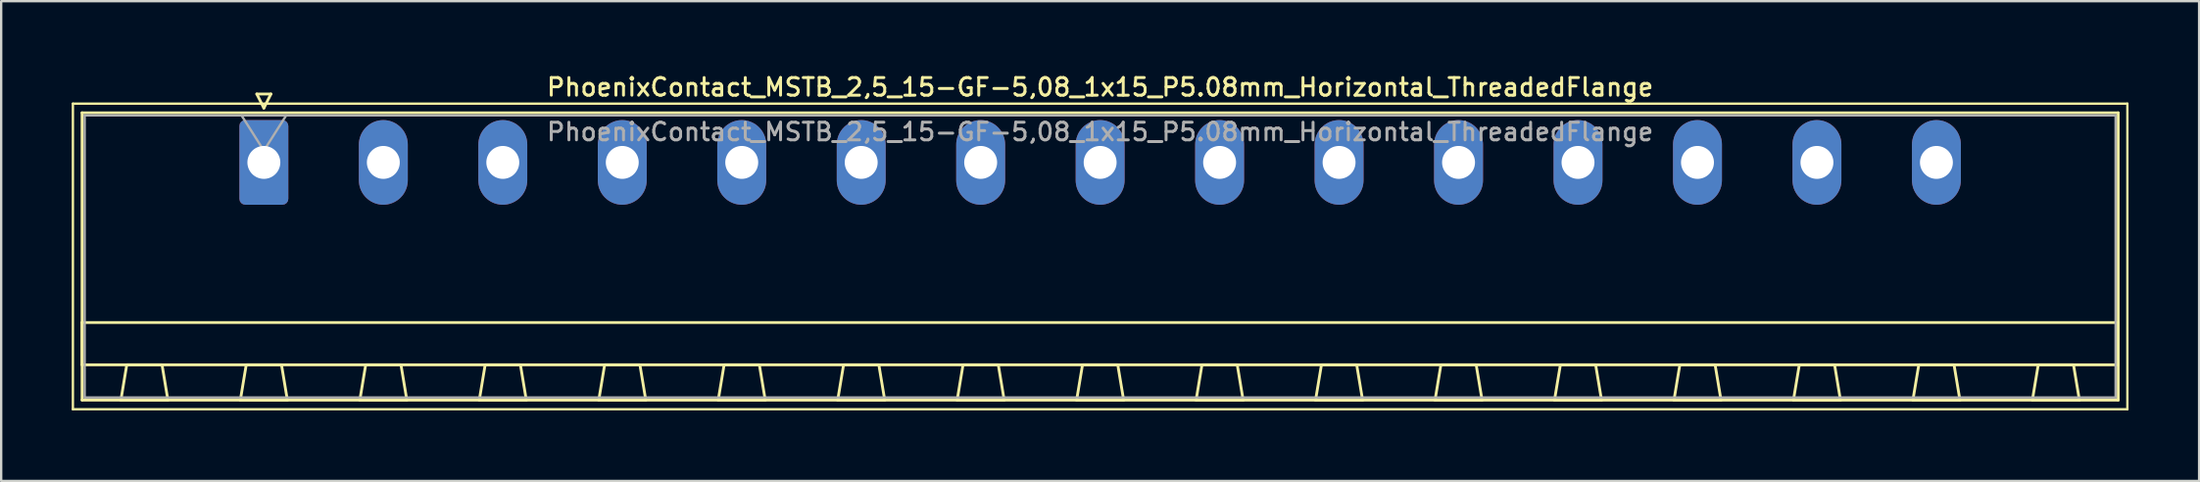
<source format=kicad_pcb>
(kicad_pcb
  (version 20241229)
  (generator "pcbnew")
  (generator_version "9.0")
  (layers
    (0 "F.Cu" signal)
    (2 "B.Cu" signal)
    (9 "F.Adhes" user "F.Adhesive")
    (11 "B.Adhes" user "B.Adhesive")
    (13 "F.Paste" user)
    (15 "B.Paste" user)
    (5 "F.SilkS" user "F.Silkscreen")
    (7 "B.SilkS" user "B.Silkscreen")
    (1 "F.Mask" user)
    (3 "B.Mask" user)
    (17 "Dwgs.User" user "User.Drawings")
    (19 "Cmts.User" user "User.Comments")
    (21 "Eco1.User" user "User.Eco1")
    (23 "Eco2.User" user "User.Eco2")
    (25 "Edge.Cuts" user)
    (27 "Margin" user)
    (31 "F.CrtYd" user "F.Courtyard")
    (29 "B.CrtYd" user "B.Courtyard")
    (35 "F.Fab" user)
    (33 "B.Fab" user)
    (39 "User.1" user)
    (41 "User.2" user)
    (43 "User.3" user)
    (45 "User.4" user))
  (footprint "PhoenixContact_MSTB_2,5_15-GF-5,08_1x15_P5.08mm_Horizontal_ThreadedFlange"
    (layer "F.Cu")
    (at 8.17 3.858)
    (property "Reference" "PhoenixContact_MSTB_2,5_15-GF-5,08_1x15_P5.08mm_Horizontal_ThreadedFlange" (at 35.56 -3.2 0) (layer "F.SilkS") (effects (font (size 0.75 0.75) (thickness 0.125))))
    (attr through_hole)
    (fp_line (start -8.12 -2.5) (end -8.12 10.5) (stroke (width 0.1) (type solid)) (layer "F.SilkS"))
    (fp_line (start -8.12 10.5) (end 79.24 10.5) (stroke (width 0.1) (type solid)) (layer "F.SilkS"))
    (fp_line (start -7.73 -2.11) (end -7.73 10.11) (stroke (width 0.12) (type solid)) (layer "F.SilkS"))
    (fp_line (start -7.73 6.81) (end 78.85 6.81) (stroke (width 0.12) (type solid)) (layer "F.SilkS"))
    (fp_line (start -7.73 8.61) (end -7.73 6.81) (stroke (width 0.12) (type solid)) (layer "F.SilkS"))
    (fp_line (start -7.73 10.11) (end 78.85 10.11) (stroke (width 0.12) (type solid)) (layer "F.SilkS"))
    (fp_line (start -6.08 10.11) (end -4.08 10.11) (stroke (width 0.12) (type solid)) (layer "F.SilkS"))
    (fp_line (start -5.83 8.61) (end -6.08 10.11) (stroke (width 0.12) (type solid)) (layer "F.SilkS"))
    (fp_line (start -4.33 8.61) (end -5.83 8.61) (stroke (width 0.12) (type solid)) (layer "F.SilkS"))
    (fp_line (start -4.08 10.11) (end -4.33 8.61) (stroke (width 0.12) (type solid)) (layer "F.SilkS"))
    (fp_line (start -1 10.11) (end 1 10.11) (stroke (width 0.12) (type solid)) (layer "F.SilkS"))
    (fp_line (start -0.75 8.61) (end -1 10.11) (stroke (width 0.12) (type solid)) (layer "F.SilkS"))
    (fp_line (start -0.3 -2.91) (end 0.3 -2.91) (stroke (width 0.12) (type solid)) (layer "F.SilkS"))
    (fp_line (start 0 -2.31) (end -0.3 -2.91) (stroke (width 0.12) (type solid)) (layer "F.SilkS"))
    (fp_line (start 0.3 -2.91) (end 0 -2.31) (stroke (width 0.12) (type solid)) (layer "F.SilkS"))
    (fp_line (start 0.75 8.61) (end -0.75 8.61) (stroke (width 0.12) (type solid)) (layer "F.SilkS"))
    (fp_line (start 1 10.11) (end 0.75 8.61) (stroke (width 0.12) (type solid)) (layer "F.SilkS"))
    (fp_line (start 4.08 10.11) (end 6.08 10.11) (stroke (width 0.12) (type solid)) (layer "F.SilkS"))
    (fp_line (start 4.33 8.61) (end 4.08 10.11) (stroke (width 0.12) (type solid)) (layer "F.SilkS"))
    (fp_line (start 5.83 8.61) (end 4.33 8.61) (stroke (width 0.12) (type solid)) (layer "F.SilkS"))
    (fp_line (start 6.08 10.11) (end 5.83 8.61) (stroke (width 0.12) (type solid)) (layer "F.SilkS"))
    (fp_line (start 9.16 10.11) (end 11.16 10.11) (stroke (width 0.12) (type solid)) (layer "F.SilkS"))
    (fp_line (start 9.41 8.61) (end 9.16 10.11) (stroke (width 0.12) (type solid)) (layer "F.SilkS"))
    (fp_line (start 10.91 8.61) (end 9.41 8.61) (stroke (width 0.12) (type solid)) (layer "F.SilkS"))
    (fp_line (start 11.16 10.11) (end 10.91 8.61) (stroke (width 0.12) (type solid)) (layer "F.SilkS"))
    (fp_line (start 14.24 10.11) (end 16.24 10.11) (stroke (width 0.12) (type solid)) (layer "F.SilkS"))
    (fp_line (start 14.49 8.61) (end 14.24 10.11) (stroke (width 0.12) (type solid)) (layer "F.SilkS"))
    (fp_line (start 15.99 8.61) (end 14.49 8.61) (stroke (width 0.12) (type solid)) (layer "F.SilkS"))
    (fp_line (start 16.24 10.11) (end 15.99 8.61) (stroke (width 0.12) (type solid)) (layer "F.SilkS"))
    (fp_line (start 19.32 10.11) (end 21.32 10.11) (stroke (width 0.12) (type solid)) (layer "F.SilkS"))
    (fp_line (start 19.57 8.61) (end 19.32 10.11) (stroke (width 0.12) (type solid)) (layer "F.SilkS"))
    (fp_line (start 21.07 8.61) (end 19.57 8.61) (stroke (width 0.12) (type solid)) (layer "F.SilkS"))
    (fp_line (start 21.32 10.11) (end 21.07 8.61) (stroke (width 0.12) (type solid)) (layer "F.SilkS"))
    (fp_line (start 24.4 10.11) (end 26.4 10.11) (stroke (width 0.12) (type solid)) (layer "F.SilkS"))
    (fp_line (start 24.65 8.61) (end 24.4 10.11) (stroke (width 0.12) (type solid)) (layer "F.SilkS"))
    (fp_line (start 26.15 8.61) (end 24.65 8.61) (stroke (width 0.12) (type solid)) (layer "F.SilkS"))
    (fp_line (start 26.4 10.11) (end 26.15 8.61) (stroke (width 0.12) (type solid)) (layer "F.SilkS"))
    (fp_line (start 29.48 10.11) (end 31.48 10.11) (stroke (width 0.12) (type solid)) (layer "F.SilkS"))
    (fp_line (start 29.73 8.61) (end 29.48 10.11) (stroke (width 0.12) (type solid)) (layer "F.SilkS"))
    (fp_line (start 31.23 8.61) (end 29.73 8.61) (stroke (width 0.12) (type solid)) (layer "F.SilkS"))
    (fp_line (start 31.48 10.11) (end 31.23 8.61) (stroke (width 0.12) (type solid)) (layer "F.SilkS"))
    (fp_line (start 34.56 10.11) (end 36.56 10.11) (stroke (width 0.12) (type solid)) (layer "F.SilkS"))
    (fp_line (start 34.81 8.61) (end 34.56 10.11) (stroke (width 0.12) (type solid)) (layer "F.SilkS"))
    (fp_line (start 36.31 8.61) (end 34.81 8.61) (stroke (width 0.12) (type solid)) (layer "F.SilkS"))
    (fp_line (start 36.56 10.11) (end 36.31 8.61) (stroke (width 0.12) (type solid)) (layer "F.SilkS"))
    (fp_line (start 39.64 10.11) (end 41.64 10.11) (stroke (width 0.12) (type solid)) (layer "F.SilkS"))
    (fp_line (start 39.89 8.61) (end 39.64 10.11) (stroke (width 0.12) (type solid)) (layer "F.SilkS"))
    (fp_line (start 41.39 8.61) (end 39.89 8.61) (stroke (width 0.12) (type solid)) (layer "F.SilkS"))
    (fp_line (start 41.64 10.11) (end 41.39 8.61) (stroke (width 0.12) (type solid)) (layer "F.SilkS"))
    (fp_line (start 44.72 10.11) (end 46.72 10.11) (stroke (width 0.12) (type solid)) (layer "F.SilkS"))
    (fp_line (start 44.97 8.61) (end 44.72 10.11) (stroke (width 0.12) (type solid)) (layer "F.SilkS"))
    (fp_line (start 46.47 8.61) (end 44.97 8.61) (stroke (width 0.12) (type solid)) (layer "F.SilkS"))
    (fp_line (start 46.72 10.11) (end 46.47 8.61) (stroke (width 0.12) (type solid)) (layer "F.SilkS"))
    (fp_line (start 49.8 10.11) (end 51.8 10.11) (stroke (width 0.12) (type solid)) (layer "F.SilkS"))
    (fp_line (start 50.05 8.61) (end 49.8 10.11) (stroke (width 0.12) (type solid)) (layer "F.SilkS"))
    (fp_line (start 51.55 8.61) (end 50.05 8.61) (stroke (width 0.12) (type solid)) (layer "F.SilkS"))
    (fp_line (start 51.8 10.11) (end 51.55 8.61) (stroke (width 0.12) (type solid)) (layer "F.SilkS"))
    (fp_line (start 54.88 10.11) (end 56.88 10.11) (stroke (width 0.12) (type solid)) (layer "F.SilkS"))
    (fp_line (start 55.13 8.61) (end 54.88 10.11) (stroke (width 0.12) (type solid)) (layer "F.SilkS"))
    (fp_line (start 56.63 8.61) (end 55.13 8.61) (stroke (width 0.12) (type solid)) (layer "F.SilkS"))
    (fp_line (start 56.88 10.11) (end 56.63 8.61) (stroke (width 0.12) (type solid)) (layer "F.SilkS"))
    (fp_line (start 59.96 10.11) (end 61.96 10.11) (stroke (width 0.12) (type solid)) (layer "F.SilkS"))
    (fp_line (start 60.21 8.61) (end 59.96 10.11) (stroke (width 0.12) (type solid)) (layer "F.SilkS"))
    (fp_line (start 61.71 8.61) (end 60.21 8.61) (stroke (width 0.12) (type solid)) (layer "F.SilkS"))
    (fp_line (start 61.96 10.11) (end 61.71 8.61) (stroke (width 0.12) (type solid)) (layer "F.SilkS"))
    (fp_line (start 65.04 10.11) (end 67.04 10.11) (stroke (width 0.12) (type solid)) (layer "F.SilkS"))
    (fp_line (start 65.29 8.61) (end 65.04 10.11) (stroke (width 0.12) (type solid)) (layer "F.SilkS"))
    (fp_line (start 66.79 8.61) (end 65.29 8.61) (stroke (width 0.12) (type solid)) (layer "F.SilkS"))
    (fp_line (start 67.04 10.11) (end 66.79 8.61) (stroke (width 0.12) (type solid)) (layer "F.SilkS"))
    (fp_line (start 70.12 10.11) (end 72.12 10.11) (stroke (width 0.12) (type solid)) (layer "F.SilkS"))
    (fp_line (start 70.37 8.61) (end 70.12 10.11) (stroke (width 0.12) (type solid)) (layer "F.SilkS"))
    (fp_line (start 71.87 8.61) (end 70.37 8.61) (stroke (width 0.12) (type solid)) (layer "F.SilkS"))
    (fp_line (start 72.12 10.11) (end 71.87 8.61) (stroke (width 0.12) (type solid)) (layer "F.SilkS"))
    (fp_line (start 75.2 10.11) (end 77.2 10.11) (stroke (width 0.12) (type solid)) (layer "F.SilkS"))
    (fp_line (start 75.45 8.61) (end 75.2 10.11) (stroke (width 0.12) (type solid)) (layer "F.SilkS"))
    (fp_line (start 76.95 8.61) (end 75.45 8.61) (stroke (width 0.12) (type solid)) (layer "F.SilkS"))
    (fp_line (start 77.2 10.11) (end 76.95 8.61) (stroke (width 0.12) (type solid)) (layer "F.SilkS"))
    (fp_line (start 78.85 -2.11) (end -7.73 -2.11) (stroke (width 0.12) (type solid)) (layer "F.SilkS"))
    (fp_line (start 78.85 6.81) (end 78.85 8.61) (stroke (width 0.12) (type solid)) (layer "F.SilkS"))
    (fp_line (start 78.85 8.61) (end -7.73 8.61) (stroke (width 0.12) (type solid)) (layer "F.SilkS"))
    (fp_line (start 78.85 10.11) (end 78.85 -2.11) (stroke (width 0.12) (type solid)) (layer "F.SilkS"))
    (fp_line (start 79.24 -2.5) (end -8.12 -2.5) (stroke (width 0.1) (type solid)) (layer "F.SilkS"))
    (fp_line (start 79.24 10.5) (end 79.24 -2.5) (stroke (width 0.1) (type solid)) (layer "F.SilkS"))
    (fp_line (start -7.62 -2) (end -7.62 10) (stroke (width 0.1) (type solid)) (layer "F.Fab"))
    (fp_line (start -7.62 10) (end 78.74 10) (stroke (width 0.1) (type solid)) (layer "F.Fab"))
    (fp_line (start 0 -0.5) (end -0.95 -2) (stroke (width 0.1) (type solid)) (layer "F.Fab"))
    (fp_line (start 0.95 -2) (end 0 -0.5) (stroke (width 0.1) (type solid)) (layer "F.Fab"))
    (fp_line (start 78.74 -2) (end -7.62 -2) (stroke (width 0.1) (type solid)) (layer "F.Fab"))
    (fp_line (start 78.74 10) (end 78.74 -2) (stroke (width 0.1) (type solid)) (layer "F.Fab"))
    (fp_text user "${REFERENCE}" (at 35.56 -1.3 0) (layer "F.Fab") (effects (font (size 0.75 0.75) (thickness 0.125))))
    (pad "1" thru_hole roundrect (at 0 0) (size 2.08 3.6) (drill 1.4) (layers "*.Cu" "*.Mask") (roundrect_rratio 0.12))
    (pad "2" thru_hole oval (at 5.08 0) (size 2.08 3.6) (drill 1.4) (layers "*.Cu" "*.Mask"))
    (pad "3" thru_hole oval (at 10.16 0) (size 2.08 3.6) (drill 1.4) (layers "*.Cu" "*.Mask"))
    (pad "4" thru_hole oval (at 15.24 0) (size 2.08 3.6) (drill 1.4) (layers "*.Cu" "*.Mask"))
    (pad "5" thru_hole oval (at 20.32 0) (size 2.08 3.6) (drill 1.4) (layers "*.Cu" "*.Mask"))
    (pad "6" thru_hole oval (at 25.4 0) (size 2.08 3.6) (drill 1.4) (layers "*.Cu" "*.Mask"))
    (pad "7" thru_hole oval (at 30.48 0) (size 2.08 3.6) (drill 1.4) (layers "*.Cu" "*.Mask"))
    (pad "8" thru_hole oval (at 35.56 0) (size 2.08 3.6) (drill 1.4) (layers "*.Cu" "*.Mask"))
    (pad "9" thru_hole oval (at 40.64 0) (size 2.08 3.6) (drill 1.4) (layers "*.Cu" "*.Mask"))
    (pad "10" thru_hole oval (at 45.72 0) (size 2.08 3.6) (drill 1.4) (layers "*.Cu" "*.Mask"))
    (pad "11" thru_hole oval (at 50.8 0) (size 2.08 3.6) (drill 1.4) (layers "*.Cu" "*.Mask"))
    (pad "12" thru_hole oval (at 55.88 0) (size 2.08 3.6) (drill 1.4) (layers "*.Cu" "*.Mask"))
    (pad "13" thru_hole oval (at 60.96 0) (size 2.08 3.6) (drill 1.4) (layers "*.Cu" "*.Mask"))
    (pad "14" thru_hole oval (at 66.04 0) (size 2.08 3.6) (drill 1.4) (layers "*.Cu" "*.Mask"))
    (pad "15" thru_hole oval (at 71.12 0) (size 2.08 3.6) (drill 1.4) (layers "*.Cu" "*.Mask")))
  (gr_rect
    (start -3 -3)
    (end 90.46 17.408)
    (stroke (width 0.1) (type default))
    (fill no)
    (layer "Edge.Cuts")))
</source>
